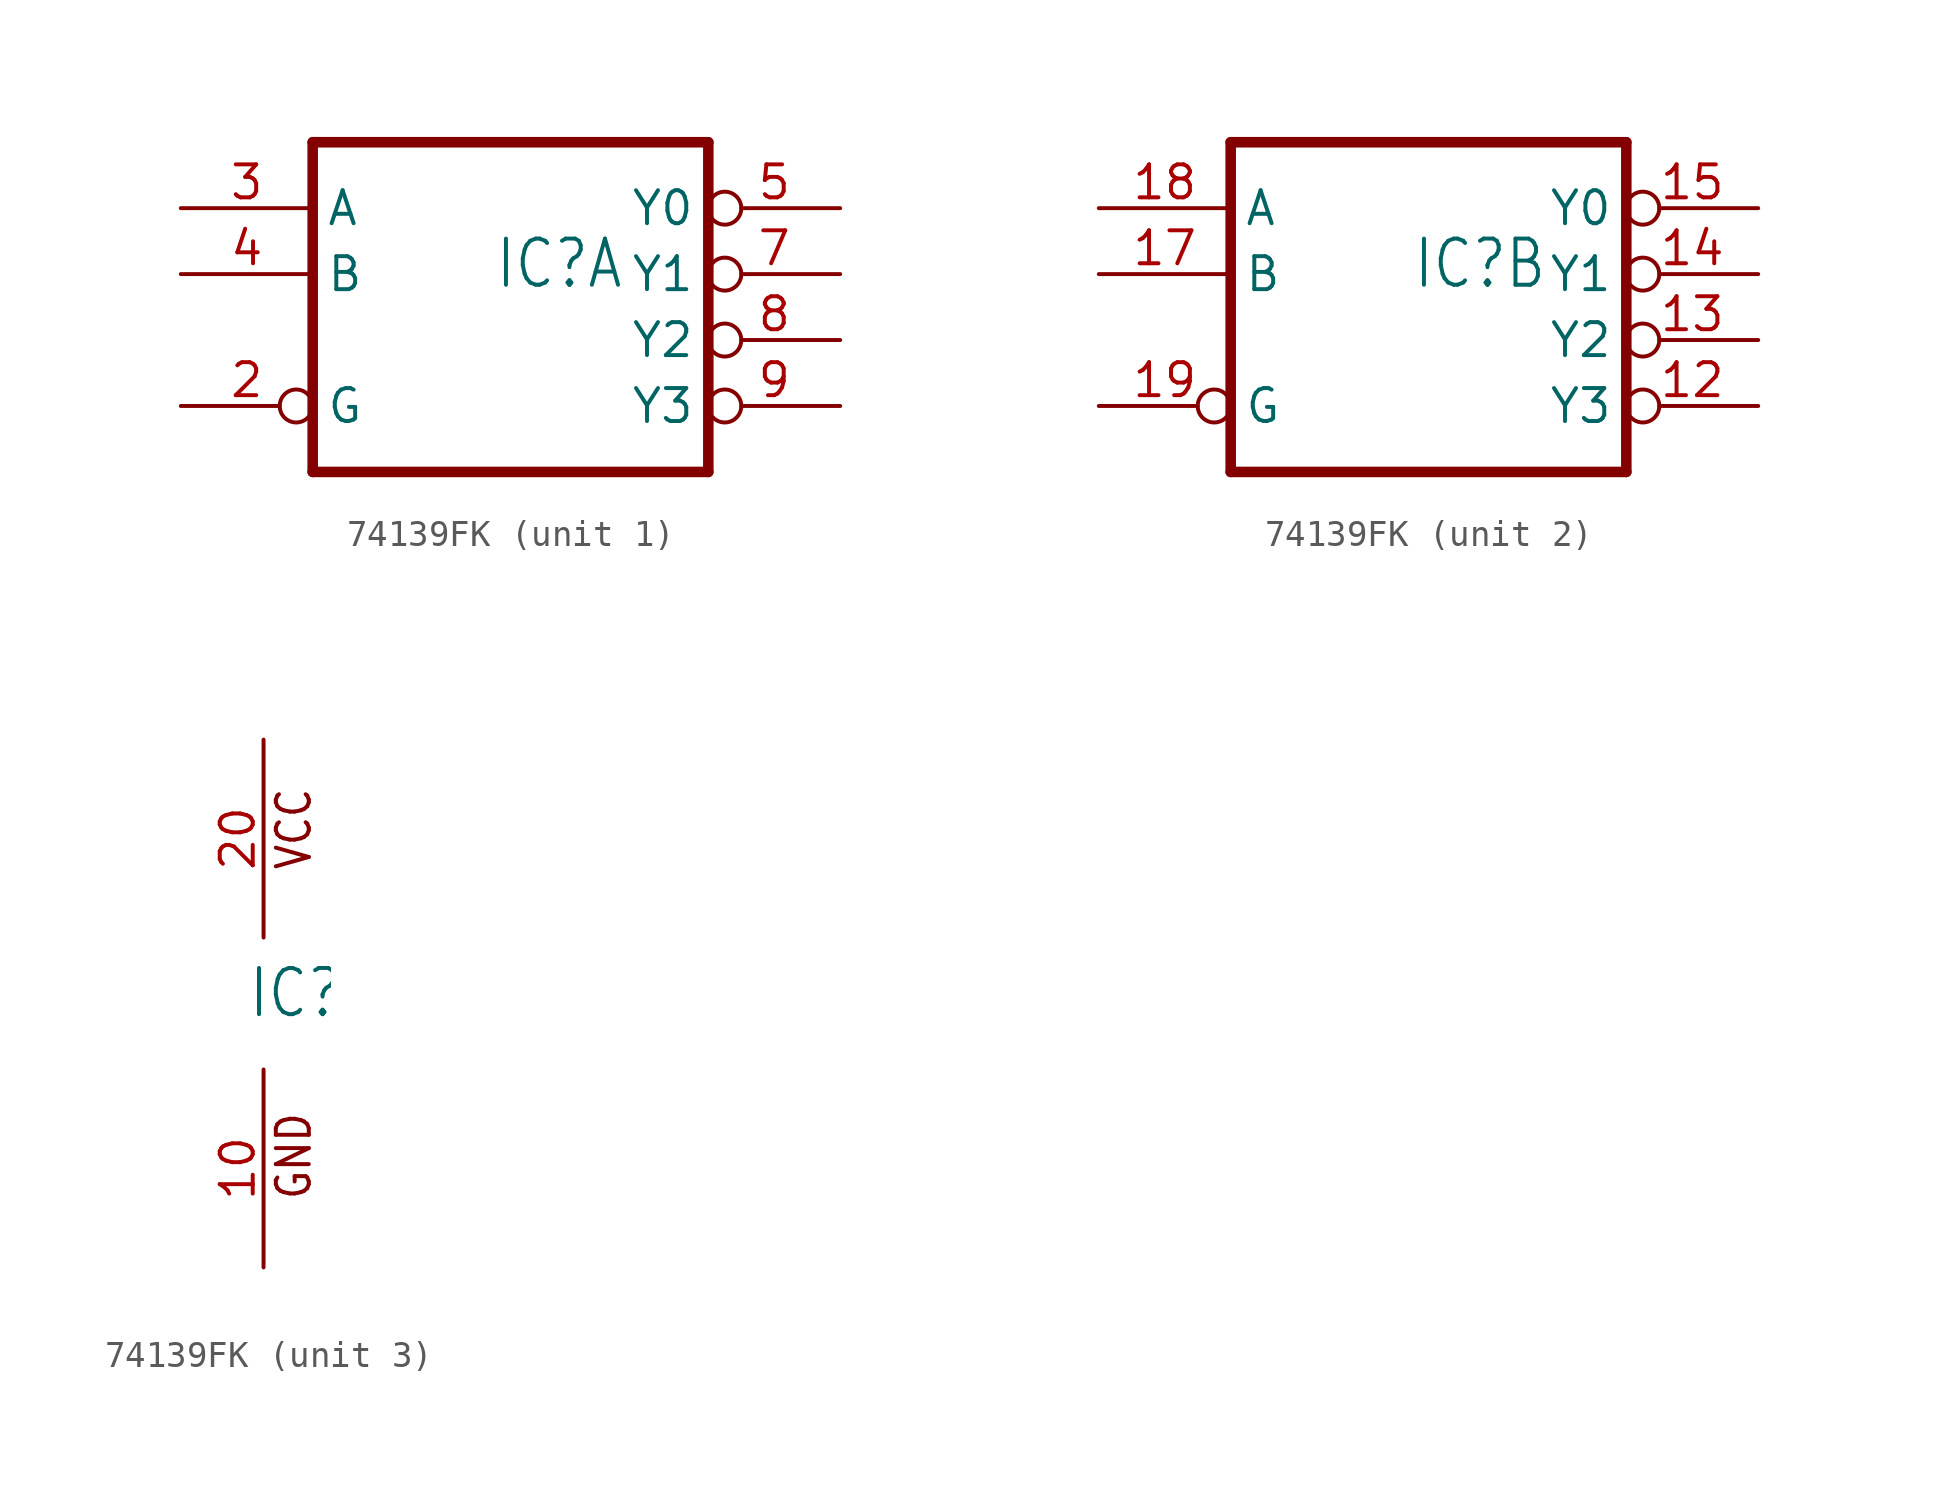
<source format=kicad_sym>
(kicad_symbol_lib
  (version 20211014)
  (generator kicad_symbol_editor)
  (symbol "74139FK"
    (property "Reference" "IC"
      (at -0.635 -0.635 0)
      (effects (font (size 1.778 1.511)) (justify left bottom)))
    (property "ki_locked" ""
      (at 0 0 0)
      (effects (font (size 1.27 1.27))))
    (symbol "74139FK_1_0"
      (polyline (pts (xy -7.62 -7.62) (xy 7.62 -7.62)) (stroke (width 0.406) (type default) (color 0 0 0 0)) (fill (type none)))
      (polyline (pts (xy -7.62 5.08) (xy -7.62 -7.62)) (stroke (width 0.406) (type default) (color 0 0 0 0)) (fill (type none)))
      (polyline (pts (xy 7.62 -7.62) (xy 7.62 5.08)) (stroke (width 0.406) (type default) (color 0 0 0 0)) (fill (type none)))
      (polyline (pts (xy 7.62 5.08) (xy -7.62 5.08)) (stroke (width 0.406) (type default) (color 0 0 0 0)) (fill (type none)))
      (pin input inverted (at -12.7 -5.08 0) (length 5.08) (name "G" (effects (font (size 1.27 1.27)))) (number "2" (effects (font (size 1.27 1.27)))))
      (pin input line (at -12.7 2.54 0) (length 5.08) (name "A" (effects (font (size 1.27 1.27)))) (number "3" (effects (font (size 1.27 1.27)))))
      (pin input line (at -12.7 0 0) (length 5.08) (name "B" (effects (font (size 1.27 1.27)))) (number "4" (effects (font (size 1.27 1.27)))))
      (pin output inverted (at 12.7 2.54 180) (length 5.08) (name "Y0" (effects (font (size 1.27 1.27)))) (number "5" (effects (font (size 1.27 1.27)))))
      (pin output inverted (at 12.7 0 180) (length 5.08) (name "Y1" (effects (font (size 1.27 1.27)))) (number "7" (effects (font (size 1.27 1.27)))))
      (pin output inverted (at 12.7 -2.54 180) (length 5.08) (name "Y2" (effects (font (size 1.27 1.27)))) (number "8" (effects (font (size 1.27 1.27)))))
      (pin output inverted (at 12.7 -5.08 180) (length 5.08) (name "Y3" (effects (font (size 1.27 1.27)))) (number "9" (effects (font (size 1.27 1.27))))))
    (symbol "74139FK_2_0"
      (polyline (pts (xy -7.62 -7.62) (xy 7.62 -7.62)) (stroke (width 0.406) (type default) (color 0 0 0 0)) (fill (type none)))
      (polyline (pts (xy -7.62 5.08) (xy -7.62 -7.62)) (stroke (width 0.406) (type default) (color 0 0 0 0)) (fill (type none)))
      (polyline (pts (xy 7.62 -7.62) (xy 7.62 5.08)) (stroke (width 0.406) (type default) (color 0 0 0 0)) (fill (type none)))
      (polyline (pts (xy 7.62 5.08) (xy -7.62 5.08)) (stroke (width 0.406) (type default) (color 0 0 0 0)) (fill (type none)))
      (pin output inverted (at 12.7 -5.08 180) (length 5.08) (name "Y3" (effects (font (size 1.27 1.27)))) (number "12" (effects (font (size 1.27 1.27)))))
      (pin output inverted (at 12.7 -2.54 180) (length 5.08) (name "Y2" (effects (font (size 1.27 1.27)))) (number "13" (effects (font (size 1.27 1.27)))))
      (pin output inverted (at 12.7 0 180) (length 5.08) (name "Y1" (effects (font (size 1.27 1.27)))) (number "14" (effects (font (size 1.27 1.27)))))
      (pin output inverted (at 12.7 2.54 180) (length 5.08) (name "Y0" (effects (font (size 1.27 1.27)))) (number "15" (effects (font (size 1.27 1.27)))))
      (pin input line (at -12.7 0 0) (length 5.08) (name "B" (effects (font (size 1.27 1.27)))) (number "17" (effects (font (size 1.27 1.27)))))
      (pin input line (at -12.7 2.54 0) (length 5.08) (name "A" (effects (font (size 1.27 1.27)))) (number "18" (effects (font (size 1.27 1.27)))))
      (pin input inverted (at -12.7 -5.08 0) (length 5.08) (name "G" (effects (font (size 1.27 1.27)))) (number "19" (effects (font (size 1.27 1.27))))))
    (symbol "74139FK_3_0"
      (text "GND" (at 1.905 -7.62 900) (effects (font (size 1.27 1.079)) (justify left bottom)))
      (text "VCC" (at 1.905 5.08 900) (effects (font (size 1.27 1.079)) (justify left bottom)))
      (pin power_in line (at 0 -10.16 90) (length 7.62) (name "GND" (effects (font (size 0 0)))) (number "10" (effects (font (size 1.27 1.27)))))
      (pin power_in line (at 0 10.16 270) (length 7.62) (name "VCC" (effects (font (size 0 0)))) (number "20" (effects (font (size 1.27 1.27))))))))
</source>
